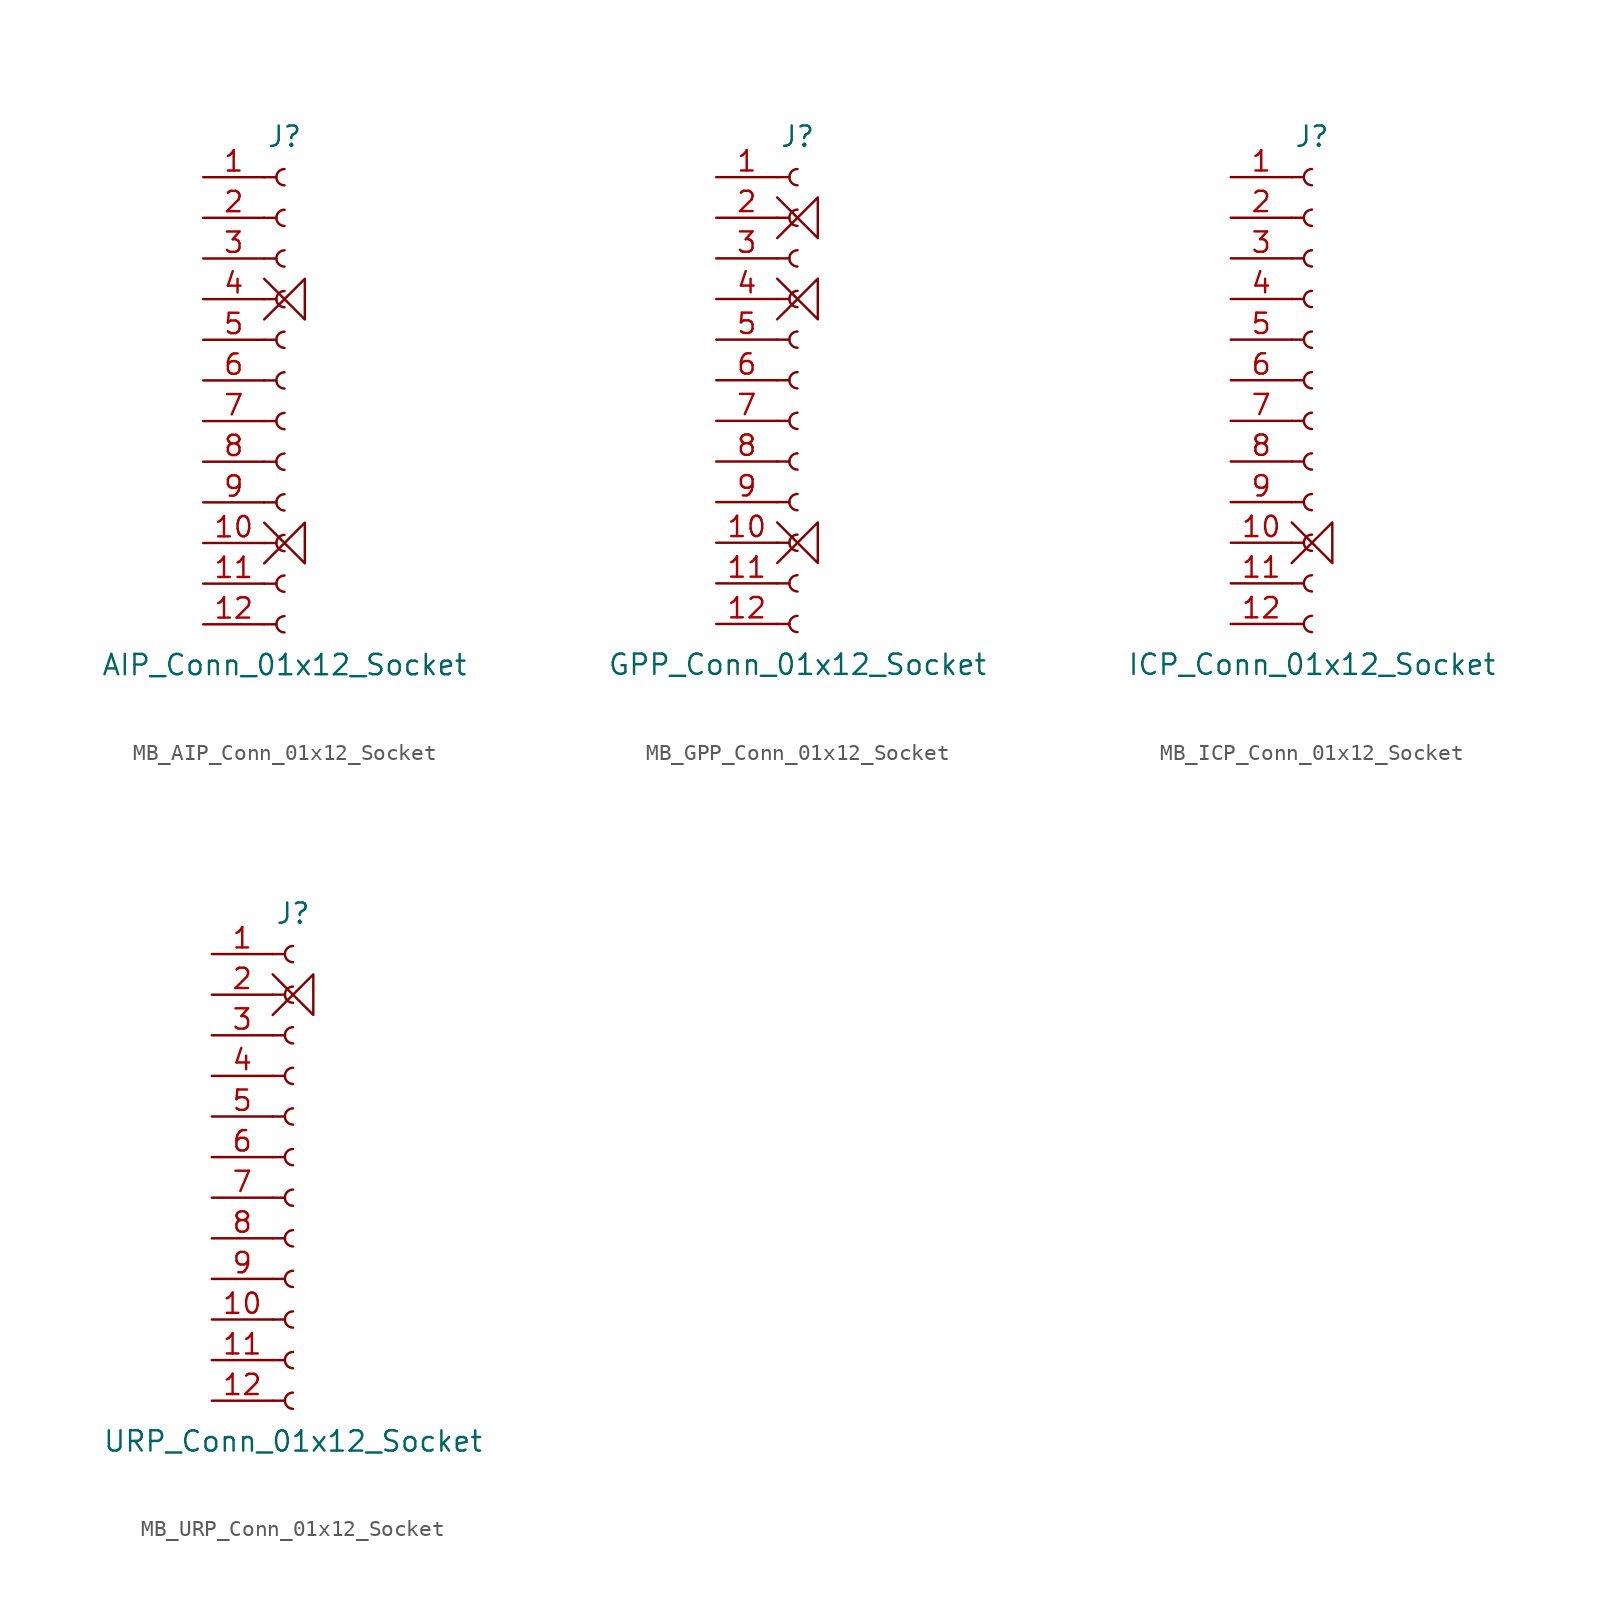
<source format=kicad_sym>
(kicad_symbol_lib
  (version 20241209)
  (generator "kicad_symbol_editor")
  (generator_version "9.0")
  (symbol "MB_AIP_Conn_01x12_Socket"
    (pin_names
      (offset 1.016)
      (hide yes))
    (property "Reference" "J"
      (at 0 15.24 0)
      (effects (font (size 1.27 1.27))))
    (property "Value" "AIP_Conn_01x12_Socket"
      (at 0 -17.78 0)
      (effects (font (size 1.27 1.27))))
    (symbol "MB_AIP_Conn_01x12_Socket_1_1"
      (polyline (pts (xy -1.27 12.7) (xy -0.508 12.7)) (stroke (width 0.152) (type default)) (fill (type none)))
      (polyline (pts (xy -1.27 10.16) (xy -0.508 10.16)) (stroke (width 0.152) (type default)) (fill (type none)))
      (polyline (pts (xy -1.27 7.62) (xy -0.508 7.62)) (stroke (width 0.152) (type default)) (fill (type none)))
      (polyline (pts (xy -1.27 6.35) (xy 1.27 3.81) (xy 1.27 6.35) (xy -1.27 3.81)) (stroke (width 0) (type default)) (fill (type none)))
      (polyline (pts (xy -1.27 5.08) (xy -0.508 5.08)) (stroke (width 0.152) (type default)) (fill (type none)))
      (polyline (pts (xy -1.27 2.54) (xy -0.508 2.54)) (stroke (width 0.152) (type default)) (fill (type none)))
      (polyline (pts (xy -1.27 0) (xy -0.508 0)) (stroke (width 0.152) (type default)) (fill (type none)))
      (polyline (pts (xy -1.27 -2.54) (xy -0.508 -2.54)) (stroke (width 0.152) (type default)) (fill (type none)))
      (polyline (pts (xy -1.27 -5.08) (xy -0.508 -5.08)) (stroke (width 0.152) (type default)) (fill (type none)))
      (polyline (pts (xy -1.27 -7.62) (xy -0.508 -7.62)) (stroke (width 0.152) (type default)) (fill (type none)))
      (polyline (pts (xy -1.27 -8.89) (xy 1.27 -11.43) (xy 1.27 -8.89) (xy -1.27 -11.43)) (stroke (width 0) (type default)) (fill (type none)))
      (polyline (pts (xy -1.27 -10.16) (xy -0.508 -10.16)) (stroke (width 0.152) (type default)) (fill (type none)))
      (polyline (pts (xy -1.27 -12.7) (xy -0.508 -12.7)) (stroke (width 0.152) (type default)) (fill (type none)))
      (polyline (pts (xy -1.27 -15.24) (xy -0.508 -15.24)) (stroke (width 0.152) (type default)) (fill (type none)))
      (arc (start 0 12.192) (mid -0.5058 12.7) (end 0 13.208) (stroke (width 0.1524) (type default)) (fill (type none)))
      (arc (start 0 9.652) (mid -0.5058 10.16) (end 0 10.668) (stroke (width 0.1524) (type default)) (fill (type none)))
      (arc (start 0 7.112) (mid -0.5058 7.62) (end 0 8.128) (stroke (width 0.1524) (type default)) (fill (type none)))
      (arc (start 0 4.572) (mid -0.5058 5.08) (end 0 5.588) (stroke (width 0.1524) (type default)) (fill (type none)))
      (arc (start 0 2.032) (mid -0.5058 2.54) (end 0 3.048) (stroke (width 0.1524) (type default)) (fill (type none)))
      (arc (start 0 -0.508) (mid -0.5058 0) (end 0 0.508) (stroke (width 0.1524) (type default)) (fill (type none)))
      (arc (start 0 -3.048) (mid -0.5058 -2.54) (end 0 -2.032) (stroke (width 0.1524) (type default)) (fill (type none)))
      (arc (start 0 -5.588) (mid -0.5058 -5.08) (end 0 -4.572) (stroke (width 0.1524) (type default)) (fill (type none)))
      (arc (start 0 -8.128) (mid -0.5058 -7.62) (end 0 -7.112) (stroke (width 0.1524) (type default)) (fill (type none)))
      (arc (start 0 -10.668) (mid -0.5058 -10.16) (end 0 -9.652) (stroke (width 0.1524) (type default)) (fill (type none)))
      (arc (start 0 -13.208) (mid -0.5058 -12.7) (end 0 -12.192) (stroke (width 0.1524) (type default)) (fill (type none)))
      (arc (start 0 -15.748) (mid -0.5058 -15.24) (end 0 -14.732) (stroke (width 0.1524) (type default)) (fill (type none)))
      (pin passive line (at -5.08 12.7 0) (length 3.81) (name "Pin_1" (effects (font (size 1.27 1.27)))) (number "1" (effects (font (size 1.27 1.27)))))
      (pin passive line (at -5.08 10.16 0) (length 3.81) (name "Pin_2" (effects (font (size 1.27 1.27)))) (number "2" (effects (font (size 1.27 1.27)))))
      (pin passive line (at -5.08 7.62 0) (length 3.81) (name "Pin_3" (effects (font (size 1.27 1.27)))) (number "3" (effects (font (size 1.27 1.27)))))
      (pin passive line (at -5.08 5.08 0) (length 3.81) (name "Pin_4" (effects (font (size 1.27 1.27)))) (number "4" (effects (font (size 1.27 1.27)))))
      (pin passive line (at -5.08 2.54 0) (length 3.81) (name "Pin_5" (effects (font (size 1.27 1.27)))) (number "5" (effects (font (size 1.27 1.27)))))
      (pin passive line (at -5.08 0 0) (length 3.81) (name "Pin_6" (effects (font (size 1.27 1.27)))) (number "6" (effects (font (size 1.27 1.27)))))
      (pin passive line (at -5.08 -2.54 0) (length 3.81) (name "Pin_7" (effects (font (size 1.27 1.27)))) (number "7" (effects (font (size 1.27 1.27)))))
      (pin passive line (at -5.08 -5.08 0) (length 3.81) (name "Pin_8" (effects (font (size 1.27 1.27)))) (number "8" (effects (font (size 1.27 1.27)))))
      (pin passive line (at -5.08 -7.62 0) (length 3.81) (name "Pin_9" (effects (font (size 1.27 1.27)))) (number "9" (effects (font (size 1.27 1.27)))))
      (pin passive line (at -5.08 -10.16 0) (length 3.81) (name "Pin_10" (effects (font (size 1.27 1.27)))) (number "10" (effects (font (size 1.27 1.27)))))
      (pin passive line (at -5.08 -12.7 0) (length 3.81) (name "Pin_11" (effects (font (size 1.27 1.27)))) (number "11" (effects (font (size 1.27 1.27)))))
      (pin passive line (at -5.08 -15.24 0) (length 3.81) (name "Pin_12" (effects (font (size 1.27 1.27)))) (number "12" (effects (font (size 1.27 1.27)))))))
  (symbol "MB_GPP_Conn_01x12_Socket"
    (pin_names
      (offset 1.016)
      (hide yes))
    (property "Reference" "J"
      (at 0 15.24 0)
      (effects (font (size 1.27 1.27))))
    (property "Value" "GPP_Conn_01x12_Socket"
      (at 0 -17.78 0)
      (effects (font (size 1.27 1.27))))
    (symbol "MB_GPP_Conn_01x12_Socket_1_1"
      (polyline (pts (xy -1.27 12.7) (xy -0.508 12.7)) (stroke (width 0.152) (type default)) (fill (type none)))
      (polyline (pts (xy -1.27 11.43) (xy 1.27 8.89) (xy 1.27 11.43) (xy -1.27 8.89)) (stroke (width 0) (type default)) (fill (type none)))
      (polyline (pts (xy -1.27 10.16) (xy -0.508 10.16)) (stroke (width 0.152) (type default)) (fill (type none)))
      (polyline (pts (xy -1.27 7.62) (xy -0.508 7.62)) (stroke (width 0.152) (type default)) (fill (type none)))
      (polyline (pts (xy -1.27 6.35) (xy 1.27 3.81) (xy 1.27 6.35) (xy -1.27 3.81)) (stroke (width 0) (type default)) (fill (type none)))
      (polyline (pts (xy -1.27 5.08) (xy -0.508 5.08)) (stroke (width 0.152) (type default)) (fill (type none)))
      (polyline (pts (xy -1.27 2.54) (xy -0.508 2.54)) (stroke (width 0.152) (type default)) (fill (type none)))
      (polyline (pts (xy -1.27 0) (xy -0.508 0)) (stroke (width 0.152) (type default)) (fill (type none)))
      (polyline (pts (xy -1.27 -2.54) (xy -0.508 -2.54)) (stroke (width 0.152) (type default)) (fill (type none)))
      (polyline (pts (xy -1.27 -5.08) (xy -0.508 -5.08)) (stroke (width 0.152) (type default)) (fill (type none)))
      (polyline (pts (xy -1.27 -7.62) (xy -0.508 -7.62)) (stroke (width 0.152) (type default)) (fill (type none)))
      (polyline (pts (xy -1.27 -8.89) (xy 1.27 -11.43) (xy 1.27 -8.89) (xy -1.27 -11.43)) (stroke (width 0) (type default)) (fill (type none)))
      (polyline (pts (xy -1.27 -10.16) (xy -0.508 -10.16)) (stroke (width 0.152) (type default)) (fill (type none)))
      (polyline (pts (xy -1.27 -12.7) (xy -0.508 -12.7)) (stroke (width 0.152) (type default)) (fill (type none)))
      (polyline (pts (xy -1.27 -15.24) (xy -0.508 -15.24)) (stroke (width 0.152) (type default)) (fill (type none)))
      (arc (start 0 12.192) (mid -0.5058 12.7) (end 0 13.208) (stroke (width 0.1524) (type default)) (fill (type none)))
      (arc (start 0 9.652) (mid -0.5058 10.16) (end 0 10.668) (stroke (width 0.1524) (type default)) (fill (type none)))
      (arc (start 0 7.112) (mid -0.5058 7.62) (end 0 8.128) (stroke (width 0.1524) (type default)) (fill (type none)))
      (arc (start 0 4.572) (mid -0.5058 5.08) (end 0 5.588) (stroke (width 0.1524) (type default)) (fill (type none)))
      (arc (start 0 2.032) (mid -0.5058 2.54) (end 0 3.048) (stroke (width 0.1524) (type default)) (fill (type none)))
      (arc (start 0 -0.508) (mid -0.5058 0) (end 0 0.508) (stroke (width 0.1524) (type default)) (fill (type none)))
      (arc (start 0 -3.048) (mid -0.5058 -2.54) (end 0 -2.032) (stroke (width 0.1524) (type default)) (fill (type none)))
      (arc (start 0 -5.588) (mid -0.5058 -5.08) (end 0 -4.572) (stroke (width 0.1524) (type default)) (fill (type none)))
      (arc (start 0 -8.128) (mid -0.5058 -7.62) (end 0 -7.112) (stroke (width 0.1524) (type default)) (fill (type none)))
      (arc (start 0 -10.668) (mid -0.5058 -10.16) (end 0 -9.652) (stroke (width 0.1524) (type default)) (fill (type none)))
      (arc (start 0 -13.208) (mid -0.5058 -12.7) (end 0 -12.192) (stroke (width 0.1524) (type default)) (fill (type none)))
      (arc (start 0 -15.748) (mid -0.5058 -15.24) (end 0 -14.732) (stroke (width 0.1524) (type default)) (fill (type none)))
      (pin passive line (at -5.08 12.7 0) (length 3.81) (name "Pin_1" (effects (font (size 1.27 1.27)))) (number "1" (effects (font (size 1.27 1.27)))))
      (pin passive line (at -5.08 10.16 0) (length 3.81) (name "Pin_2" (effects (font (size 1.27 1.27)))) (number "2" (effects (font (size 1.27 1.27)))))
      (pin passive line (at -5.08 7.62 0) (length 3.81) (name "Pin_3" (effects (font (size 1.27 1.27)))) (number "3" (effects (font (size 1.27 1.27)))))
      (pin passive line (at -5.08 5.08 0) (length 3.81) (name "Pin_4" (effects (font (size 1.27 1.27)))) (number "4" (effects (font (size 1.27 1.27)))))
      (pin passive line (at -5.08 2.54 0) (length 3.81) (name "Pin_5" (effects (font (size 1.27 1.27)))) (number "5" (effects (font (size 1.27 1.27)))))
      (pin passive line (at -5.08 0 0) (length 3.81) (name "Pin_6" (effects (font (size 1.27 1.27)))) (number "6" (effects (font (size 1.27 1.27)))))
      (pin passive line (at -5.08 -2.54 0) (length 3.81) (name "Pin_7" (effects (font (size 1.27 1.27)))) (number "7" (effects (font (size 1.27 1.27)))))
      (pin passive line (at -5.08 -5.08 0) (length 3.81) (name "Pin_8" (effects (font (size 1.27 1.27)))) (number "8" (effects (font (size 1.27 1.27)))))
      (pin passive line (at -5.08 -7.62 0) (length 3.81) (name "Pin_9" (effects (font (size 1.27 1.27)))) (number "9" (effects (font (size 1.27 1.27)))))
      (pin passive line (at -5.08 -10.16 0) (length 3.81) (name "Pin_10" (effects (font (size 1.27 1.27)))) (number "10" (effects (font (size 1.27 1.27)))))
      (pin passive line (at -5.08 -12.7 0) (length 3.81) (name "Pin_11" (effects (font (size 1.27 1.27)))) (number "11" (effects (font (size 1.27 1.27)))))
      (pin passive line (at -5.08 -15.24 0) (length 3.81) (name "Pin_12" (effects (font (size 1.27 1.27)))) (number "12" (effects (font (size 1.27 1.27)))))))
  (symbol "MB_ICP_Conn_01x12_Socket"
    (pin_names
      (offset 1.016)
      (hide yes))
    (property "Reference" "J"
      (at 0 15.24 0)
      (effects (font (size 1.27 1.27))))
    (property "Value" "ICP_Conn_01x12_Socket"
      (at 0 -17.78 0)
      (effects (font (size 1.27 1.27))))
    (symbol "MB_ICP_Conn_01x12_Socket_1_1"
      (polyline (pts (xy -1.27 12.7) (xy -0.508 12.7)) (stroke (width 0.152) (type default)) (fill (type none)))
      (polyline (pts (xy -1.27 10.16) (xy -0.508 10.16)) (stroke (width 0.152) (type default)) (fill (type none)))
      (polyline (pts (xy -1.27 7.62) (xy -0.508 7.62)) (stroke (width 0.152) (type default)) (fill (type none)))
      (polyline (pts (xy -1.27 5.08) (xy -0.508 5.08)) (stroke (width 0.152) (type default)) (fill (type none)))
      (polyline (pts (xy -1.27 2.54) (xy -0.508 2.54)) (stroke (width 0.152) (type default)) (fill (type none)))
      (polyline (pts (xy -1.27 0) (xy -0.508 0)) (stroke (width 0.152) (type default)) (fill (type none)))
      (polyline (pts (xy -1.27 -2.54) (xy -0.508 -2.54)) (stroke (width 0.152) (type default)) (fill (type none)))
      (polyline (pts (xy -1.27 -5.08) (xy -0.508 -5.08)) (stroke (width 0.152) (type default)) (fill (type none)))
      (polyline (pts (xy -1.27 -7.62) (xy -0.508 -7.62)) (stroke (width 0.152) (type default)) (fill (type none)))
      (polyline (pts (xy -1.27 -8.89) (xy 1.27 -11.43) (xy 1.27 -8.89) (xy -1.27 -11.43)) (stroke (width 0) (type default)) (fill (type none)))
      (polyline (pts (xy -1.27 -10.16) (xy -0.508 -10.16)) (stroke (width 0.152) (type default)) (fill (type none)))
      (polyline (pts (xy -1.27 -12.7) (xy -0.508 -12.7)) (stroke (width 0.152) (type default)) (fill (type none)))
      (polyline (pts (xy -1.27 -15.24) (xy -0.508 -15.24)) (stroke (width 0.152) (type default)) (fill (type none)))
      (arc (start 0 12.192) (mid -0.5058 12.7) (end 0 13.208) (stroke (width 0.1524) (type default)) (fill (type none)))
      (arc (start 0 9.652) (mid -0.5058 10.16) (end 0 10.668) (stroke (width 0.1524) (type default)) (fill (type none)))
      (arc (start 0 7.112) (mid -0.5058 7.62) (end 0 8.128) (stroke (width 0.1524) (type default)) (fill (type none)))
      (arc (start 0 4.572) (mid -0.5058 5.08) (end 0 5.588) (stroke (width 0.1524) (type default)) (fill (type none)))
      (arc (start 0 2.032) (mid -0.5058 2.54) (end 0 3.048) (stroke (width 0.1524) (type default)) (fill (type none)))
      (arc (start 0 -0.508) (mid -0.5058 0) (end 0 0.508) (stroke (width 0.1524) (type default)) (fill (type none)))
      (arc (start 0 -3.048) (mid -0.5058 -2.54) (end 0 -2.032) (stroke (width 0.1524) (type default)) (fill (type none)))
      (arc (start 0 -5.588) (mid -0.5058 -5.08) (end 0 -4.572) (stroke (width 0.1524) (type default)) (fill (type none)))
      (arc (start 0 -8.128) (mid -0.5058 -7.62) (end 0 -7.112) (stroke (width 0.1524) (type default)) (fill (type none)))
      (arc (start 0 -10.668) (mid -0.5058 -10.16) (end 0 -9.652) (stroke (width 0.1524) (type default)) (fill (type none)))
      (arc (start 0 -13.208) (mid -0.5058 -12.7) (end 0 -12.192) (stroke (width 0.1524) (type default)) (fill (type none)))
      (arc (start 0 -15.748) (mid -0.5058 -15.24) (end 0 -14.732) (stroke (width 0.1524) (type default)) (fill (type none)))
      (pin passive line (at -5.08 12.7 0) (length 3.81) (name "Pin_1" (effects (font (size 1.27 1.27)))) (number "1" (effects (font (size 1.27 1.27)))))
      (pin passive line (at -5.08 10.16 0) (length 3.81) (name "Pin_2" (effects (font (size 1.27 1.27)))) (number "2" (effects (font (size 1.27 1.27)))))
      (pin passive line (at -5.08 7.62 0) (length 3.81) (name "Pin_3" (effects (font (size 1.27 1.27)))) (number "3" (effects (font (size 1.27 1.27)))))
      (pin passive line (at -5.08 5.08 0) (length 3.81) (name "Pin_4" (effects (font (size 1.27 1.27)))) (number "4" (effects (font (size 1.27 1.27)))))
      (pin passive line (at -5.08 2.54 0) (length 3.81) (name "Pin_5" (effects (font (size 1.27 1.27)))) (number "5" (effects (font (size 1.27 1.27)))))
      (pin passive line (at -5.08 0 0) (length 3.81) (name "Pin_6" (effects (font (size 1.27 1.27)))) (number "6" (effects (font (size 1.27 1.27)))))
      (pin passive line (at -5.08 -2.54 0) (length 3.81) (name "Pin_7" (effects (font (size 1.27 1.27)))) (number "7" (effects (font (size 1.27 1.27)))))
      (pin passive line (at -5.08 -5.08 0) (length 3.81) (name "Pin_8" (effects (font (size 1.27 1.27)))) (number "8" (effects (font (size 1.27 1.27)))))
      (pin passive line (at -5.08 -7.62 0) (length 3.81) (name "Pin_9" (effects (font (size 1.27 1.27)))) (number "9" (effects (font (size 1.27 1.27)))))
      (pin passive line (at -5.08 -10.16 0) (length 3.81) (name "Pin_10" (effects (font (size 1.27 1.27)))) (number "10" (effects (font (size 1.27 1.27)))))
      (pin passive line (at -5.08 -12.7 0) (length 3.81) (name "Pin_11" (effects (font (size 1.27 1.27)))) (number "11" (effects (font (size 1.27 1.27)))))
      (pin passive line (at -5.08 -15.24 0) (length 3.81) (name "Pin_12" (effects (font (size 1.27 1.27)))) (number "12" (effects (font (size 1.27 1.27)))))))
  (symbol "MB_URP_Conn_01x12_Socket"
    (pin_names
      (offset 1.016)
      (hide yes))
    (property "Reference" "J"
      (at 0 15.24 0)
      (effects (font (size 1.27 1.27))))
    (property "Value" "URP_Conn_01x12_Socket"
      (at 0 -17.78 0)
      (effects (font (size 1.27 1.27))))
    (symbol "MB_URP_Conn_01x12_Socket_1_1"
      (polyline (pts (xy -1.27 12.7) (xy -0.508 12.7)) (stroke (width 0.152) (type default)) (fill (type none)))
      (polyline (pts (xy -1.27 11.43) (xy 1.27 8.89) (xy 1.27 11.43) (xy -1.27 8.89)) (stroke (width 0) (type default)) (fill (type none)))
      (polyline (pts (xy -1.27 10.16) (xy -0.508 10.16)) (stroke (width 0.152) (type default)) (fill (type none)))
      (polyline (pts (xy -1.27 7.62) (xy -0.508 7.62)) (stroke (width 0.152) (type default)) (fill (type none)))
      (polyline (pts (xy -1.27 5.08) (xy -0.508 5.08)) (stroke (width 0.152) (type default)) (fill (type none)))
      (polyline (pts (xy -1.27 2.54) (xy -0.508 2.54)) (stroke (width 0.152) (type default)) (fill (type none)))
      (polyline (pts (xy -1.27 0) (xy -0.508 0)) (stroke (width 0.152) (type default)) (fill (type none)))
      (polyline (pts (xy -1.27 -2.54) (xy -0.508 -2.54)) (stroke (width 0.152) (type default)) (fill (type none)))
      (polyline (pts (xy -1.27 -5.08) (xy -0.508 -5.08)) (stroke (width 0.152) (type default)) (fill (type none)))
      (polyline (pts (xy -1.27 -7.62) (xy -0.508 -7.62)) (stroke (width 0.152) (type default)) (fill (type none)))
      (polyline (pts (xy -1.27 -10.16) (xy -0.508 -10.16)) (stroke (width 0.152) (type default)) (fill (type none)))
      (polyline (pts (xy -1.27 -12.7) (xy -0.508 -12.7)) (stroke (width 0.152) (type default)) (fill (type none)))
      (polyline (pts (xy -1.27 -15.24) (xy -0.508 -15.24)) (stroke (width 0.152) (type default)) (fill (type none)))
      (arc (start 0 12.192) (mid -0.5058 12.7) (end 0 13.208) (stroke (width 0.1524) (type default)) (fill (type none)))
      (arc (start 0 9.652) (mid -0.5058 10.16) (end 0 10.668) (stroke (width 0.1524) (type default)) (fill (type none)))
      (arc (start 0 7.112) (mid -0.5058 7.62) (end 0 8.128) (stroke (width 0.1524) (type default)) (fill (type none)))
      (arc (start 0 4.572) (mid -0.5058 5.08) (end 0 5.588) (stroke (width 0.1524) (type default)) (fill (type none)))
      (arc (start 0 2.032) (mid -0.5058 2.54) (end 0 3.048) (stroke (width 0.1524) (type default)) (fill (type none)))
      (arc (start 0 -0.508) (mid -0.5058 0) (end 0 0.508) (stroke (width 0.1524) (type default)) (fill (type none)))
      (arc (start 0 -3.048) (mid -0.5058 -2.54) (end 0 -2.032) (stroke (width 0.1524) (type default)) (fill (type none)))
      (arc (start 0 -5.588) (mid -0.5058 -5.08) (end 0 -4.572) (stroke (width 0.1524) (type default)) (fill (type none)))
      (arc (start 0 -8.128) (mid -0.5058 -7.62) (end 0 -7.112) (stroke (width 0.1524) (type default)) (fill (type none)))
      (arc (start 0 -10.668) (mid -0.5058 -10.16) (end 0 -9.652) (stroke (width 0.1524) (type default)) (fill (type none)))
      (arc (start 0 -13.208) (mid -0.5058 -12.7) (end 0 -12.192) (stroke (width 0.1524) (type default)) (fill (type none)))
      (arc (start 0 -15.748) (mid -0.5058 -15.24) (end 0 -14.732) (stroke (width 0.1524) (type default)) (fill (type none)))
      (pin passive line (at -5.08 12.7 0) (length 3.81) (name "Pin_1" (effects (font (size 1.27 1.27)))) (number "1" (effects (font (size 1.27 1.27)))))
      (pin passive line (at -5.08 10.16 0) (length 3.81) (name "Pin_2" (effects (font (size 1.27 1.27)))) (number "2" (effects (font (size 1.27 1.27)))))
      (pin passive line (at -5.08 7.62 0) (length 3.81) (name "Pin_3" (effects (font (size 1.27 1.27)))) (number "3" (effects (font (size 1.27 1.27)))))
      (pin passive line (at -5.08 5.08 0) (length 3.81) (name "Pin_4" (effects (font (size 1.27 1.27)))) (number "4" (effects (font (size 1.27 1.27)))))
      (pin passive line (at -5.08 2.54 0) (length 3.81) (name "Pin_5" (effects (font (size 1.27 1.27)))) (number "5" (effects (font (size 1.27 1.27)))))
      (pin passive line (at -5.08 0 0) (length 3.81) (name "Pin_6" (effects (font (size 1.27 1.27)))) (number "6" (effects (font (size 1.27 1.27)))))
      (pin passive line (at -5.08 -2.54 0) (length 3.81) (name "Pin_7" (effects (font (size 1.27 1.27)))) (number "7" (effects (font (size 1.27 1.27)))))
      (pin passive line (at -5.08 -5.08 0) (length 3.81) (name "Pin_8" (effects (font (size 1.27 1.27)))) (number "8" (effects (font (size 1.27 1.27)))))
      (pin passive line (at -5.08 -7.62 0) (length 3.81) (name "Pin_9" (effects (font (size 1.27 1.27)))) (number "9" (effects (font (size 1.27 1.27)))))
      (pin passive line (at -5.08 -10.16 0) (length 3.81) (name "Pin_10" (effects (font (size 1.27 1.27)))) (number "10" (effects (font (size 1.27 1.27)))))
      (pin passive line (at -5.08 -12.7 0) (length 3.81) (name "Pin_11" (effects (font (size 1.27 1.27)))) (number "11" (effects (font (size 1.27 1.27)))))
      (pin passive line (at -5.08 -15.24 0) (length 3.81) (name "Pin_12" (effects (font (size 1.27 1.27)))) (number "12" (effects (font (size 1.27 1.27))))))))
</source>
